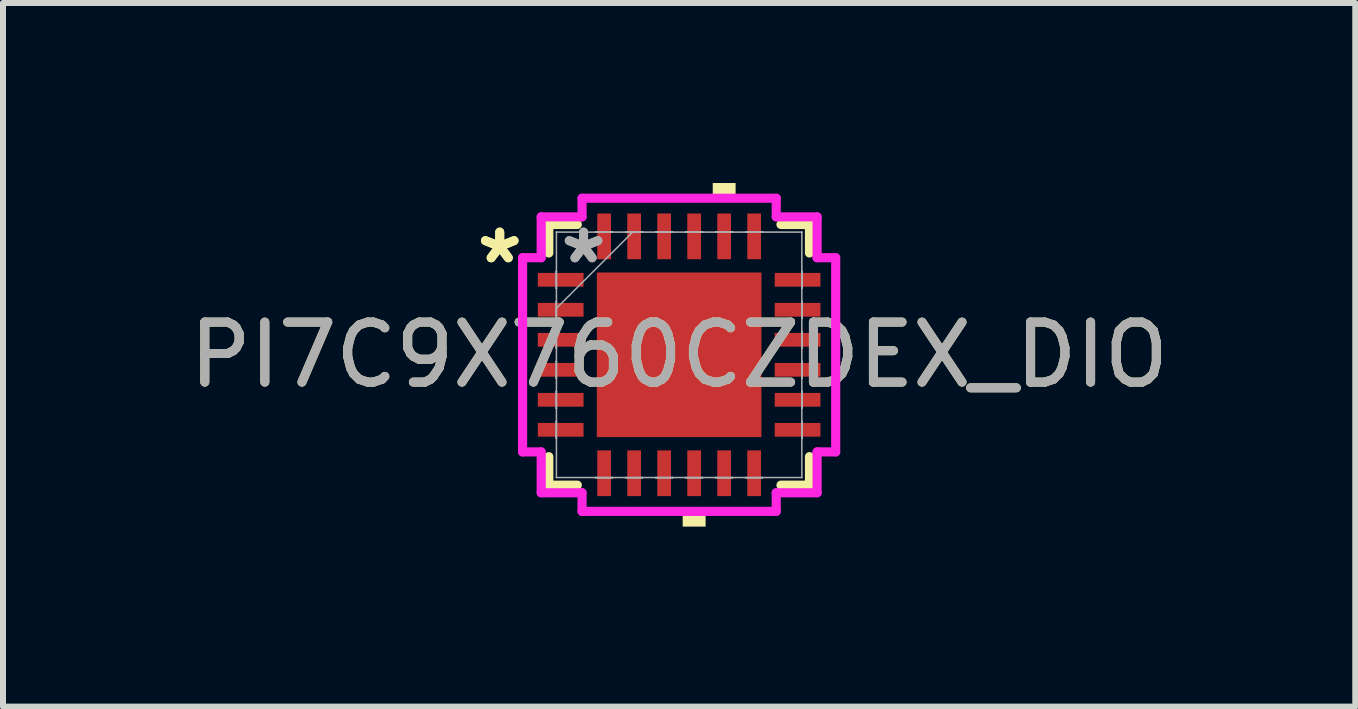
<source format=kicad_pcb>
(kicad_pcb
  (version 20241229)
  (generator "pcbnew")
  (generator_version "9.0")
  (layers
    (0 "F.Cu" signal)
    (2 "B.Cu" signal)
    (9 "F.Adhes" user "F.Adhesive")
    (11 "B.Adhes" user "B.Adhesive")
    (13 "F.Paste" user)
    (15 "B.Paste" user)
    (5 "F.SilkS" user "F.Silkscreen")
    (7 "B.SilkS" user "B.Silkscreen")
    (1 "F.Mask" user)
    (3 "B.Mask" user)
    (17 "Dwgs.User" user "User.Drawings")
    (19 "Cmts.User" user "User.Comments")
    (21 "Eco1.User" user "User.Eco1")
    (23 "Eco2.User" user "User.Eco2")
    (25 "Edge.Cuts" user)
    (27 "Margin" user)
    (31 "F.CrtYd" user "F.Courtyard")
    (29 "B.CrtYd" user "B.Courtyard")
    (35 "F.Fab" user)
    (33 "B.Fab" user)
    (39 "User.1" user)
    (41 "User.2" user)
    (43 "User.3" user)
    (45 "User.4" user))
  (footprint "PI7C9X760CZDEX_DIO"
    (layer "F.Cu")
    (at 8.268 2.863)
    (property "Reference" "PI7C9X760CZDEX_DIO" (at 0 0 0) (unlocked yes) (layer "F.SilkS") (effects (font (size 1 1) (thickness 0.15))))
    (attr smd)
    (fp_line (start -2.172 -2.172) (end -2.172 -1.697) (stroke (width 0.152) (type solid)) (layer "F.SilkS"))
    (fp_line (start -2.172 1.697) (end -2.172 2.172) (stroke (width 0.152) (type solid)) (layer "F.SilkS"))
    (fp_line (start -2.172 2.172) (end -1.697 2.172) (stroke (width 0.152) (type solid)) (layer "F.SilkS"))
    (fp_line (start -1.697 -2.172) (end -2.172 -2.172) (stroke (width 0.152) (type solid)) (layer "F.SilkS"))
    (fp_line (start 1.697 2.172) (end 2.172 2.172) (stroke (width 0.152) (type solid)) (layer "F.SilkS"))
    (fp_line (start 2.172 -2.172) (end 1.697 -2.172) (stroke (width 0.152) (type solid)) (layer "F.SilkS"))
    (fp_line (start 2.172 -1.697) (end 2.172 -2.172) (stroke (width 0.152) (type solid)) (layer "F.SilkS"))
    (fp_line (start 2.172 2.172) (end 2.172 1.697) (stroke (width 0.152) (type solid)) (layer "F.SilkS"))
    (fp_poly (pts (xy 0.059 2.609) (xy 0.059 2.863) (xy 0.441 2.863) (xy 0.441 2.609)) (stroke (width 0) (type solid)) (fill yes) (layer "F.SilkS"))
    (fp_poly (pts (xy 0.56 -2.609) (xy 0.56 -2.863) (xy 0.941 -2.863) (xy 0.941 -2.609)) (stroke (width 0) (type solid)) (fill yes) (layer "F.SilkS"))
    (fp_poly (pts (xy -1.272 -1.272) (xy -1.272 -0.1) (xy -0.1 -0.1) (xy -0.1 -1.272)) (stroke (width 0) (type solid)) (fill yes) (layer "F.Paste"))
    (fp_poly (pts (xy -1.272 0.1) (xy -1.272 1.272) (xy -0.1 1.272) (xy -0.1 0.1)) (stroke (width 0) (type solid)) (fill yes) (layer "F.Paste"))
    (fp_poly (pts (xy 0.1 -1.272) (xy 0.1 -0.1) (xy 1.272 -0.1) (xy 1.272 -1.272)) (stroke (width 0) (type solid)) (fill yes) (layer "F.Paste"))
    (fp_poly (pts (xy 0.1 0.1) (xy 0.1 1.272) (xy 1.272 1.272) (xy 1.272 0.1)) (stroke (width 0) (type solid)) (fill yes) (layer "F.Paste"))
    (fp_line (start -2.609 -1.618) (end -2.299 -1.618) (stroke (width 0.152) (type solid)) (layer "F.CrtYd"))
    (fp_line (start -2.609 1.618) (end -2.609 -1.618) (stroke (width 0.152) (type solid)) (layer "F.CrtYd"))
    (fp_line (start -2.299 -2.299) (end -1.618 -2.299) (stroke (width 0.152) (type solid)) (layer "F.CrtYd"))
    (fp_line (start -2.299 -1.618) (end -2.299 -2.299) (stroke (width 0.152) (type solid)) (layer "F.CrtYd"))
    (fp_line (start -2.299 1.618) (end -2.609 1.618) (stroke (width 0.152) (type solid)) (layer "F.CrtYd"))
    (fp_line (start -2.299 2.299) (end -2.299 1.618) (stroke (width 0.152) (type solid)) (layer "F.CrtYd"))
    (fp_line (start -1.618 -2.609) (end 1.618 -2.609) (stroke (width 0.152) (type solid)) (layer "F.CrtYd"))
    (fp_line (start -1.618 -2.299) (end -1.618 -2.609) (stroke (width 0.152) (type solid)) (layer "F.CrtYd"))
    (fp_line (start -1.618 2.299) (end -2.299 2.299) (stroke (width 0.152) (type solid)) (layer "F.CrtYd"))
    (fp_line (start -1.618 2.609) (end -1.618 2.299) (stroke (width 0.152) (type solid)) (layer "F.CrtYd"))
    (fp_line (start 1.618 -2.609) (end 1.618 -2.299) (stroke (width 0.152) (type solid)) (layer "F.CrtYd"))
    (fp_line (start 1.618 -2.299) (end 2.299 -2.299) (stroke (width 0.152) (type solid)) (layer "F.CrtYd"))
    (fp_line (start 1.618 2.299) (end 1.618 2.609) (stroke (width 0.152) (type solid)) (layer "F.CrtYd"))
    (fp_line (start 1.618 2.609) (end -1.618 2.609) (stroke (width 0.152) (type solid)) (layer "F.CrtYd"))
    (fp_line (start 2.299 -2.299) (end 2.299 -1.618) (stroke (width 0.152) (type solid)) (layer "F.CrtYd"))
    (fp_line (start 2.299 -1.618) (end 2.609 -1.618) (stroke (width 0.152) (type solid)) (layer "F.CrtYd"))
    (fp_line (start 2.299 1.618) (end 2.299 2.299) (stroke (width 0.152) (type solid)) (layer "F.CrtYd"))
    (fp_line (start 2.299 2.299) (end 1.618 2.299) (stroke (width 0.152) (type solid)) (layer "F.CrtYd"))
    (fp_line (start 2.609 -1.618) (end 2.609 1.618) (stroke (width 0.152) (type solid)) (layer "F.CrtYd"))
    (fp_line (start 2.609 1.618) (end 2.299 1.618) (stroke (width 0.152) (type solid)) (layer "F.CrtYd"))
    (fp_line (start -2.05 -1.39) (end -2.05 -1.11) (stroke (width 0.025) (type solid)) (layer "F.Fab"))
    (fp_line (start -2.05 -1.11) (end -2.045 -1.11) (stroke (width 0.025) (type solid)) (layer "F.Fab"))
    (fp_line (start -2.05 -0.89) (end -2.05 -0.61) (stroke (width 0.025) (type solid)) (layer "F.Fab"))
    (fp_line (start -2.05 -0.61) (end -2.045 -0.61) (stroke (width 0.025) (type solid)) (layer "F.Fab"))
    (fp_line (start -2.05 -0.39) (end -2.05 -0.11) (stroke (width 0.025) (type solid)) (layer "F.Fab"))
    (fp_line (start -2.05 -0.11) (end -2.045 -0.11) (stroke (width 0.025) (type solid)) (layer "F.Fab"))
    (fp_line (start -2.05 0.11) (end -2.05 0.39) (stroke (width 0.025) (type solid)) (layer "F.Fab"))
    (fp_line (start -2.05 0.39) (end -2.045 0.39) (stroke (width 0.025) (type solid)) (layer "F.Fab"))
    (fp_line (start -2.05 0.61) (end -2.05 0.89) (stroke (width 0.025) (type solid)) (layer "F.Fab"))
    (fp_line (start -2.05 0.89) (end -2.045 0.89) (stroke (width 0.025) (type solid)) (layer "F.Fab"))
    (fp_line (start -2.05 1.11) (end -2.05 1.39) (stroke (width 0.025) (type solid)) (layer "F.Fab"))
    (fp_line (start -2.05 1.39) (end -2.045 1.39) (stroke (width 0.025) (type solid)) (layer "F.Fab"))
    (fp_line (start -2.045 -2.045) (end -2.045 -2.045) (stroke (width 0.025) (type solid)) (layer "F.Fab"))
    (fp_line (start -2.045 -2.045) (end -2.045 2.045) (stroke (width 0.025) (type solid)) (layer "F.Fab"))
    (fp_line (start -2.045 -1.39) (end -2.05 -1.39) (stroke (width 0.025) (type solid)) (layer "F.Fab"))
    (fp_line (start -2.045 -1.11) (end -2.045 -1.39) (stroke (width 0.025) (type solid)) (layer "F.Fab"))
    (fp_line (start -2.045 -0.89) (end -2.05 -0.89) (stroke (width 0.025) (type solid)) (layer "F.Fab"))
    (fp_line (start -2.045 -0.775) (end -0.775 -2.045) (stroke (width 0.025) (type solid)) (layer "F.Fab"))
    (fp_line (start -2.045 -0.61) (end -2.045 -0.89) (stroke (width 0.025) (type solid)) (layer "F.Fab"))
    (fp_line (start -2.045 -0.39) (end -2.05 -0.39) (stroke (width 0.025) (type solid)) (layer "F.Fab"))
    (fp_line (start -2.045 -0.11) (end -2.045 -0.39) (stroke (width 0.025) (type solid)) (layer "F.Fab"))
    (fp_line (start -2.045 0.11) (end -2.05 0.11) (stroke (width 0.025) (type solid)) (layer "F.Fab"))
    (fp_line (start -2.045 0.39) (end -2.045 0.11) (stroke (width 0.025) (type solid)) (layer "F.Fab"))
    (fp_line (start -2.045 0.61) (end -2.05 0.61) (stroke (width 0.025) (type solid)) (layer "F.Fab"))
    (fp_line (start -2.045 0.89) (end -2.045 0.61) (stroke (width 0.025) (type solid)) (layer "F.Fab"))
    (fp_line (start -2.045 1.11) (end -2.05 1.11) (stroke (width 0.025) (type solid)) (layer "F.Fab"))
    (fp_line (start -2.045 1.39) (end -2.045 1.11) (stroke (width 0.025) (type solid)) (layer "F.Fab"))
    (fp_line (start -2.045 2.045) (end -2.045 2.045) (stroke (width 0.025) (type solid)) (layer "F.Fab"))
    (fp_line (start -2.045 2.045) (end 2.045 2.045) (stroke (width 0.025) (type solid)) (layer "F.Fab"))
    (fp_line (start -1.39 -2.05) (end -1.39 -2.045) (stroke (width 0.025) (type solid)) (layer "F.Fab"))
    (fp_line (start -1.39 -2.045) (end -1.11 -2.045) (stroke (width 0.025) (type solid)) (layer "F.Fab"))
    (fp_line (start -1.39 2.045) (end -1.39 2.05) (stroke (width 0.025) (type solid)) (layer "F.Fab"))
    (fp_line (start -1.39 2.05) (end -1.11 2.05) (stroke (width 0.025) (type solid)) (layer "F.Fab"))
    (fp_line (start -1.11 -2.05) (end -1.39 -2.05) (stroke (width 0.025) (type solid)) (layer "F.Fab"))
    (fp_line (start -1.11 -2.045) (end -1.11 -2.05) (stroke (width 0.025) (type solid)) (layer "F.Fab"))
    (fp_line (start -1.11 2.045) (end -1.39 2.045) (stroke (width 0.025) (type solid)) (layer "F.Fab"))
    (fp_line (start -1.11 2.05) (end -1.11 2.045) (stroke (width 0.025) (type solid)) (layer "F.Fab"))
    (fp_line (start -0.89 -2.05) (end -0.89 -2.045) (stroke (width 0.025) (type solid)) (layer "F.Fab"))
    (fp_line (start -0.89 -2.045) (end -0.61 -2.045) (stroke (width 0.025) (type solid)) (layer "F.Fab"))
    (fp_line (start -0.89 2.045) (end -0.89 2.05) (stroke (width 0.025) (type solid)) (layer "F.Fab"))
    (fp_line (start -0.89 2.05) (end -0.61 2.05) (stroke (width 0.025) (type solid)) (layer "F.Fab"))
    (fp_line (start -0.61 -2.05) (end -0.89 -2.05) (stroke (width 0.025) (type solid)) (layer "F.Fab"))
    (fp_line (start -0.61 -2.045) (end -0.61 -2.05) (stroke (width 0.025) (type solid)) (layer "F.Fab"))
    (fp_line (start -0.61 2.045) (end -0.89 2.045) (stroke (width 0.025) (type solid)) (layer "F.Fab"))
    (fp_line (start -0.61 2.05) (end -0.61 2.045) (stroke (width 0.025) (type solid)) (layer "F.Fab"))
    (fp_line (start -0.39 -2.05) (end -0.39 -2.045) (stroke (width 0.025) (type solid)) (layer "F.Fab"))
    (fp_line (start -0.39 -2.045) (end -0.11 -2.045) (stroke (width 0.025) (type solid)) (layer "F.Fab"))
    (fp_line (start -0.39 2.045) (end -0.39 2.05) (stroke (width 0.025) (type solid)) (layer "F.Fab"))
    (fp_line (start -0.39 2.05) (end -0.11 2.05) (stroke (width 0.025) (type solid)) (layer "F.Fab"))
    (fp_line (start -0.11 -2.05) (end -0.39 -2.05) (stroke (width 0.025) (type solid)) (layer "F.Fab"))
    (fp_line (start -0.11 -2.045) (end -0.11 -2.05) (stroke (width 0.025) (type solid)) (layer "F.Fab"))
    (fp_line (start -0.11 2.045) (end -0.39 2.045) (stroke (width 0.025) (type solid)) (layer "F.Fab"))
    (fp_line (start -0.11 2.05) (end -0.11 2.045) (stroke (width 0.025) (type solid)) (layer "F.Fab"))
    (fp_line (start 0.11 -2.05) (end 0.11 -2.045) (stroke (width 0.025) (type solid)) (layer "F.Fab"))
    (fp_line (start 0.11 -2.045) (end 0.39 -2.045) (stroke (width 0.025) (type solid)) (layer "F.Fab"))
    (fp_line (start 0.11 2.045) (end 0.11 2.05) (stroke (width 0.025) (type solid)) (layer "F.Fab"))
    (fp_line (start 0.11 2.05) (end 0.39 2.05) (stroke (width 0.025) (type solid)) (layer "F.Fab"))
    (fp_line (start 0.39 -2.05) (end 0.11 -2.05) (stroke (width 0.025) (type solid)) (layer "F.Fab"))
    (fp_line (start 0.39 -2.045) (end 0.39 -2.05) (stroke (width 0.025) (type solid)) (layer "F.Fab"))
    (fp_line (start 0.39 2.045) (end 0.11 2.045) (stroke (width 0.025) (type solid)) (layer "F.Fab"))
    (fp_line (start 0.39 2.05) (end 0.39 2.045) (stroke (width 0.025) (type solid)) (layer "F.Fab"))
    (fp_line (start 0.61 -2.05) (end 0.61 -2.045) (stroke (width 0.025) (type solid)) (layer "F.Fab"))
    (fp_line (start 0.61 -2.045) (end 0.89 -2.045) (stroke (width 0.025) (type solid)) (layer "F.Fab"))
    (fp_line (start 0.61 2.045) (end 0.61 2.05) (stroke (width 0.025) (type solid)) (layer "F.Fab"))
    (fp_line (start 0.61 2.05) (end 0.89 2.05) (stroke (width 0.025) (type solid)) (layer "F.Fab"))
    (fp_line (start 0.89 -2.05) (end 0.61 -2.05) (stroke (width 0.025) (type solid)) (layer "F.Fab"))
    (fp_line (start 0.89 -2.045) (end 0.89 -2.05) (stroke (width 0.025) (type solid)) (layer "F.Fab"))
    (fp_line (start 0.89 2.045) (end 0.61 2.045) (stroke (width 0.025) (type solid)) (layer "F.Fab"))
    (fp_line (start 0.89 2.05) (end 0.89 2.045) (stroke (width 0.025) (type solid)) (layer "F.Fab"))
    (fp_line (start 1.11 -2.05) (end 1.11 -2.045) (stroke (width 0.025) (type solid)) (layer "F.Fab"))
    (fp_line (start 1.11 -2.045) (end 1.39 -2.045) (stroke (width 0.025) (type solid)) (layer "F.Fab"))
    (fp_line (start 1.11 2.045) (end 1.11 2.05) (stroke (width 0.025) (type solid)) (layer "F.Fab"))
    (fp_line (start 1.11 2.05) (end 1.39 2.05) (stroke (width 0.025) (type solid)) (layer "F.Fab"))
    (fp_line (start 1.39 -2.05) (end 1.11 -2.05) (stroke (width 0.025) (type solid)) (layer "F.Fab"))
    (fp_line (start 1.39 -2.045) (end 1.39 -2.05) (stroke (width 0.025) (type solid)) (layer "F.Fab"))
    (fp_line (start 1.39 2.045) (end 1.11 2.045) (stroke (width 0.025) (type solid)) (layer "F.Fab"))
    (fp_line (start 1.39 2.05) (end 1.39 2.045) (stroke (width 0.025) (type solid)) (layer "F.Fab"))
    (fp_line (start 2.045 -2.045) (end -2.045 -2.045) (stroke (width 0.025) (type solid)) (layer "F.Fab"))
    (fp_line (start 2.045 -2.045) (end 2.045 -2.045) (stroke (width 0.025) (type solid)) (layer "F.Fab"))
    (fp_line (start 2.045 -1.39) (end 2.045 -1.11) (stroke (width 0.025) (type solid)) (layer "F.Fab"))
    (fp_line (start 2.045 -1.11) (end 2.05 -1.11) (stroke (width 0.025) (type solid)) (layer "F.Fab"))
    (fp_line (start 2.045 -0.89) (end 2.045 -0.61) (stroke (width 0.025) (type solid)) (layer "F.Fab"))
    (fp_line (start 2.045 -0.61) (end 2.05 -0.61) (stroke (width 0.025) (type solid)) (layer "F.Fab"))
    (fp_line (start 2.045 -0.39) (end 2.045 -0.11) (stroke (width 0.025) (type solid)) (layer "F.Fab"))
    (fp_line (start 2.045 -0.11) (end 2.05 -0.11) (stroke (width 0.025) (type solid)) (layer "F.Fab"))
    (fp_line (start 2.045 0.11) (end 2.045 0.39) (stroke (width 0.025) (type solid)) (layer "F.Fab"))
    (fp_line (start 2.045 0.39) (end 2.05 0.39) (stroke (width 0.025) (type solid)) (layer "F.Fab"))
    (fp_line (start 2.045 0.61) (end 2.045 0.89) (stroke (width 0.025) (type solid)) (layer "F.Fab"))
    (fp_line (start 2.045 0.89) (end 2.05 0.89) (stroke (width 0.025) (type solid)) (layer "F.Fab"))
    (fp_line (start 2.045 1.11) (end 2.045 1.39) (stroke (width 0.025) (type solid)) (layer "F.Fab"))
    (fp_line (start 2.045 1.39) (end 2.05 1.39) (stroke (width 0.025) (type solid)) (layer "F.Fab"))
    (fp_line (start 2.045 2.045) (end 2.045 -2.045) (stroke (width 0.025) (type solid)) (layer "F.Fab"))
    (fp_line (start 2.045 2.045) (end 2.045 2.045) (stroke (width 0.025) (type solid)) (layer "F.Fab"))
    (fp_line (start 2.05 -1.39) (end 2.045 -1.39) (stroke (width 0.025) (type solid)) (layer "F.Fab"))
    (fp_line (start 2.05 -1.11) (end 2.05 -1.39) (stroke (width 0.025) (type solid)) (layer "F.Fab"))
    (fp_line (start 2.05 -0.89) (end 2.045 -0.89) (stroke (width 0.025) (type solid)) (layer "F.Fab"))
    (fp_line (start 2.05 -0.61) (end 2.05 -0.89) (stroke (width 0.025) (type solid)) (layer "F.Fab"))
    (fp_line (start 2.05 -0.39) (end 2.045 -0.39) (stroke (width 0.025) (type solid)) (layer "F.Fab"))
    (fp_line (start 2.05 -0.11) (end 2.05 -0.39) (stroke (width 0.025) (type solid)) (layer "F.Fab"))
    (fp_line (start 2.05 0.11) (end 2.045 0.11) (stroke (width 0.025) (type solid)) (layer "F.Fab"))
    (fp_line (start 2.05 0.39) (end 2.05 0.11) (stroke (width 0.025) (type solid)) (layer "F.Fab"))
    (fp_line (start 2.05 0.61) (end 2.045 0.61) (stroke (width 0.025) (type solid)) (layer "F.Fab"))
    (fp_line (start 2.05 0.89) (end 2.05 0.61) (stroke (width 0.025) (type solid)) (layer "F.Fab"))
    (fp_line (start 2.05 1.11) (end 2.045 1.11) (stroke (width 0.025) (type solid)) (layer "F.Fab"))
    (fp_line (start 2.05 1.39) (end 2.05 1.11) (stroke (width 0.025) (type solid)) (layer "F.Fab"))
    (fp_text user "*" (at -2.99 -1.5 0) (layer "F.SilkS") (effects (font (size 1 1) (thickness 0.15))))
    (fp_text user "*" (at -2.99 -1.5 0) (unlocked yes) (layer "F.SilkS") (effects (font (size 1 1) (thickness 0.15))))
    (fp_text user "*" (at -1.593 -1.5 0) (layer "F.Fab") (effects (font (size 1 1) (thickness 0.15))))
    (fp_text user "${REFERENCE}" (at 0 0 0) (unlocked yes) (layer "F.Fab") (effects (font (size 1 1) (thickness 0.15))))
    (fp_text user "*" (at -1.593 -1.5 0) (unlocked yes) (layer "F.Fab") (effects (font (size 1 1) (thickness 0.15))))
    (pad "1" smd rect (at -1.974 -1.25 90) (size 0.229 0.762) (layers "F.Cu" "F.Mask" "F.Paste"))
    (pad "2" smd rect (at -1.974 -0.75 90) (size 0.229 0.762) (layers "F.Cu" "F.Mask" "F.Paste"))
    (pad "3" smd rect (at -1.974 -0.25 90) (size 0.229 0.762) (layers "F.Cu" "F.Mask" "F.Paste"))
    (pad "4" smd rect (at -1.974 0.25 90) (size 0.229 0.762) (layers "F.Cu" "F.Mask" "F.Paste"))
    (pad "5" smd rect (at -1.974 0.75 90) (size 0.229 0.762) (layers "F.Cu" "F.Mask" "F.Paste"))
    (pad "6" smd rect (at -1.974 1.25 90) (size 0.229 0.762) (layers "F.Cu" "F.Mask" "F.Paste"))
    (pad "7" smd rect (at -1.25 1.974) (size 0.229 0.762) (layers "F.Cu" "F.Mask" "F.Paste"))
    (pad "8" smd rect (at -0.75 1.974) (size 0.229 0.762) (layers "F.Cu" "F.Mask" "F.Paste"))
    (pad "9" smd rect (at -0.25 1.974) (size 0.229 0.762) (layers "F.Cu" "F.Mask" "F.Paste"))
    (pad "10" smd rect (at 0.25 1.974) (size 0.229 0.762) (layers "F.Cu" "F.Mask" "F.Paste"))
    (pad "11" smd rect (at 0.75 1.974) (size 0.229 0.762) (layers "F.Cu" "F.Mask" "F.Paste"))
    (pad "12" smd rect (at 1.25 1.974) (size 0.229 0.762) (layers "F.Cu" "F.Mask" "F.Paste"))
    (pad "13" smd rect (at 1.974 1.25 90) (size 0.229 0.762) (layers "F.Cu" "F.Mask" "F.Paste"))
    (pad "14" smd rect (at 1.974 0.75 90) (size 0.229 0.762) (layers "F.Cu" "F.Mask" "F.Paste"))
    (pad "15" smd rect (at 1.974 0.25 90) (size 0.229 0.762) (layers "F.Cu" "F.Mask" "F.Paste"))
    (pad "16" smd rect (at 1.974 -0.25 90) (size 0.229 0.762) (layers "F.Cu" "F.Mask" "F.Paste"))
    (pad "17" smd rect (at 1.974 -0.75 90) (size 0.229 0.762) (layers "F.Cu" "F.Mask" "F.Paste"))
    (pad "18" smd rect (at 1.974 -1.25 90) (size 0.229 0.762) (layers "F.Cu" "F.Mask" "F.Paste"))
    (pad "19" smd rect (at 1.25 -1.974) (size 0.229 0.762) (layers "F.Cu" "F.Mask" "F.Paste"))
    (pad "20" smd rect (at 0.75 -1.974) (size 0.229 0.762) (layers "F.Cu" "F.Mask" "F.Paste"))
    (pad "21" smd rect (at 0.25 -1.974) (size 0.229 0.762) (layers "F.Cu" "F.Mask" "F.Paste"))
    (pad "22" smd rect (at -0.25 -1.974) (size 0.229 0.762) (layers "F.Cu" "F.Mask" "F.Paste"))
    (pad "23" smd rect (at -0.75 -1.974) (size 0.229 0.762) (layers "F.Cu" "F.Mask" "F.Paste"))
    (pad "24" smd rect (at -1.25 -1.974) (size 0.229 0.762) (layers "F.Cu" "F.Mask" "F.Paste"))
    (pad "25" smd rect (at 0 0) (size 2.743 2.743) (layers "F.Cu" "F.Mask" "F.Paste")))
  (gr_rect
    (start -3 -3)
    (end 19.536 8.726)
    (stroke (width 0.1) (type default))
    (fill no)
    (layer "Edge.Cuts")))
</source>
